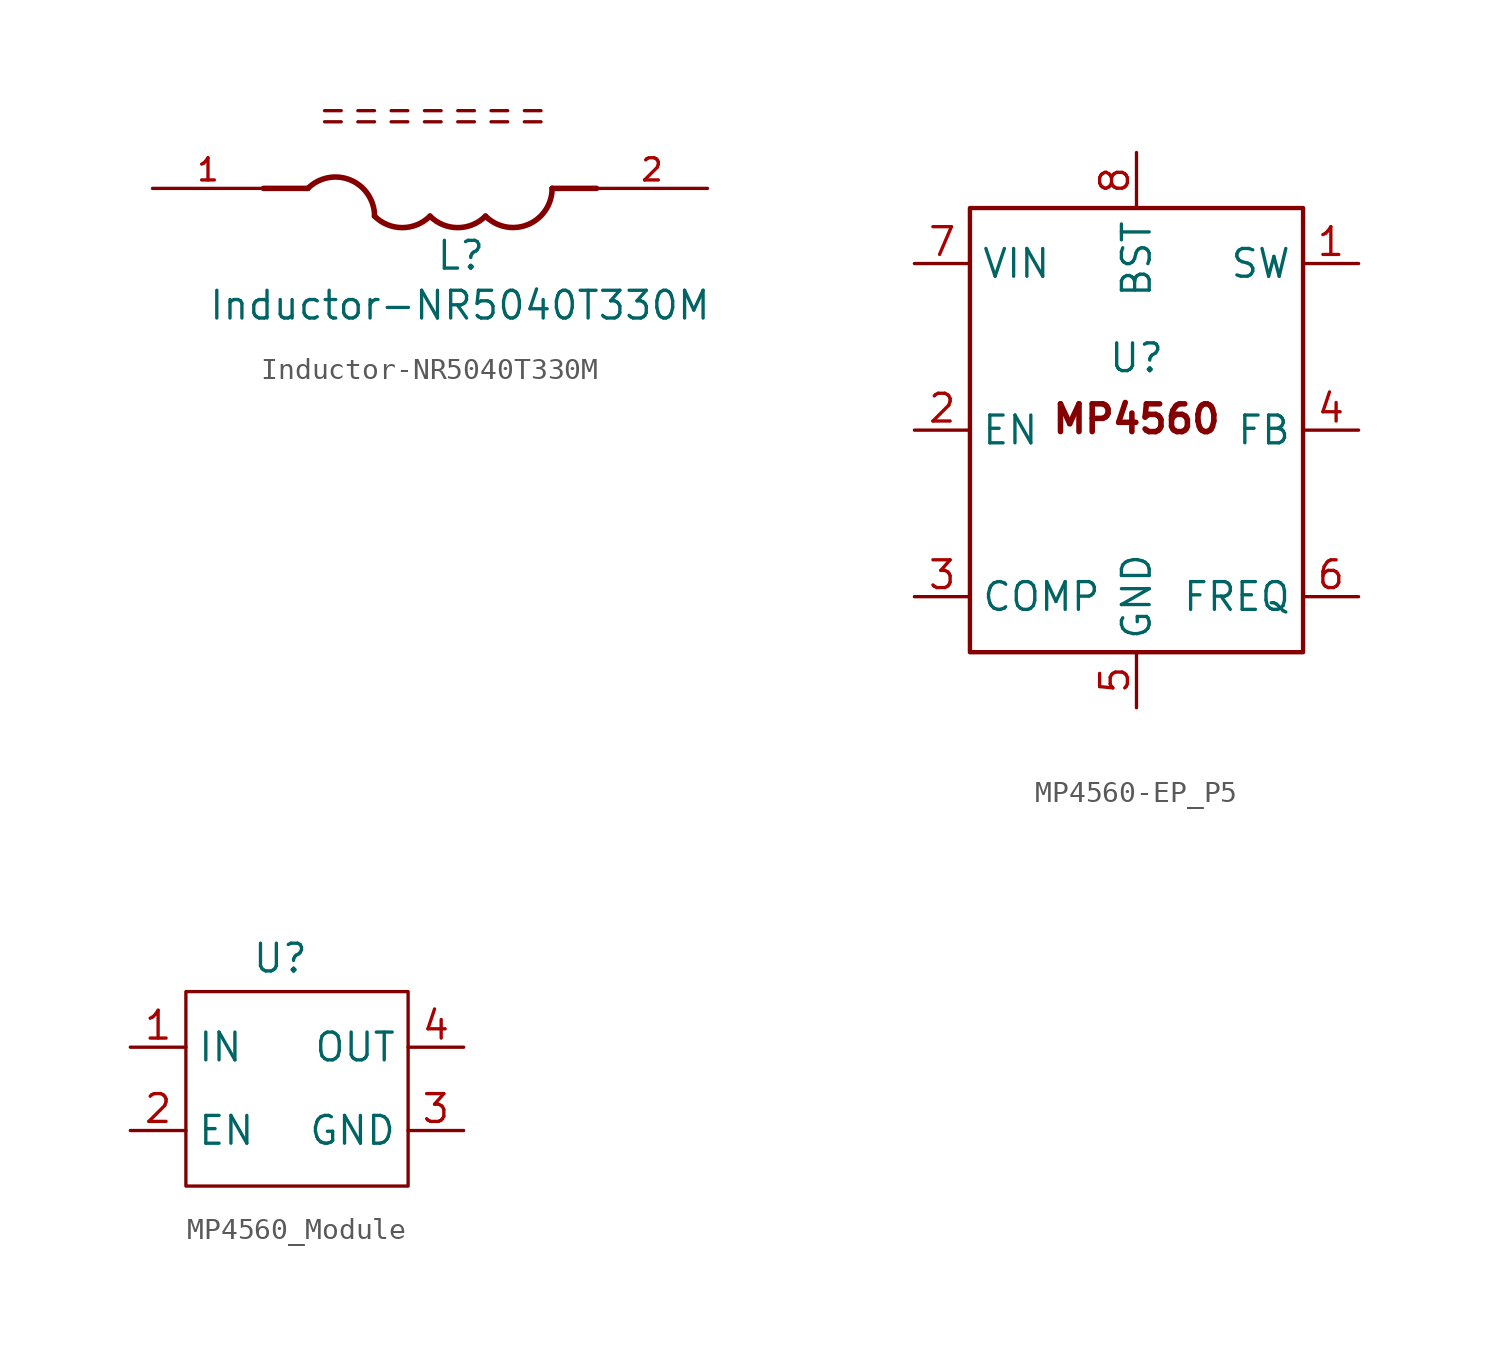
<source format=kicad_sym>
(kicad_symbol_lib
  (version 20231120)
  (generator "kicad_symbol_editor")
  (generator_version "8.0")
  (symbol "Inductor-NR5040T330M"
    (pin_names
      (offset 1.016))
    (property "Reference" "L"
      (at 0.254 -3.81 0)
      (effects (font (size 1.27 1.27)) (justify left bottom)))
    (property "Value" "Inductor-NR5040T330M"
      (at -10.16 -6.096 0)
      (effects (font (size 1.27 1.27)) (justify left bottom)))
    (symbol "Inductor-NR5040T330M_0_0"
      (arc (start -2.54 -1.27) (mid -3.6397 0.3833) (end -5.588 0) (stroke (width 0.254) (type default)) (fill (type none)))
      (arc (start -2.54 -1.27) (mid -1.27 -1.7961) (end 0 -1.27) (stroke (width 0.254) (type default)) (fill (type none)))
      (arc (start 0 -1.27) (mid 1.27 -1.7961) (end 2.54 -1.27) (stroke (width 0.254) (type default)) (fill (type none)))
      (polyline (pts (xy -5.588 0) (xy -7.62 0)) (stroke (width 0.254) (type default)) (fill (type none)))
      (polyline (pts (xy -4.826 3.048) (xy -4.064 3.048)) (stroke (width 0.152) (type default)) (fill (type none)))
      (polyline (pts (xy -4.826 3.556) (xy -4.064 3.556)) (stroke (width 0.152) (type default)) (fill (type none)))
      (polyline (pts (xy -3.302 3.048) (xy -2.54 3.048)) (stroke (width 0.152) (type default)) (fill (type none)))
      (polyline (pts (xy -3.302 3.556) (xy -2.54 3.556)) (stroke (width 0.152) (type default)) (fill (type none)))
      (polyline (pts (xy -1.778 3.048) (xy -1.016 3.048)) (stroke (width 0.152) (type default)) (fill (type none)))
      (polyline (pts (xy -1.778 3.556) (xy -1.016 3.556)) (stroke (width 0.152) (type default)) (fill (type none)))
      (polyline (pts (xy -0.254 3.048) (xy 0.508 3.048)) (stroke (width 0.152) (type default)) (fill (type none)))
      (polyline (pts (xy -0.254 3.556) (xy 0.508 3.556)) (stroke (width 0.152) (type default)) (fill (type none)))
      (polyline (pts (xy 1.27 3.048) (xy 2.032 3.048)) (stroke (width 0.152) (type default)) (fill (type none)))
      (polyline (pts (xy 1.27 3.556) (xy 2.032 3.556)) (stroke (width 0.152) (type default)) (fill (type none)))
      (polyline (pts (xy 2.794 3.048) (xy 3.556 3.048)) (stroke (width 0.152) (type default)) (fill (type none)))
      (polyline (pts (xy 2.794 3.556) (xy 3.556 3.556)) (stroke (width 0.152) (type default)) (fill (type none)))
      (polyline (pts (xy 4.318 3.048) (xy 5.08 3.048)) (stroke (width 0.152) (type default)) (fill (type none)))
      (polyline (pts (xy 4.318 3.556) (xy 5.08 3.556)) (stroke (width 0.152) (type default)) (fill (type none)))
      (polyline (pts (xy 5.588 0) (xy 7.62 0)) (stroke (width 0.254) (type default)) (fill (type none)))
      (arc (start 2.54 -1.27) (mid 4.4883 -1.6533) (end 5.588 0) (stroke (width 0.254) (type default)) (fill (type none)))
      (pin passive line (at -12.7 0 0) (length 5.08) (name "~" (effects (font (size 1.016 1.016)))) (number "1" (effects (font (size 1.016 1.016)))))
      (pin passive line (at 12.7 0 180) (length 5.08) (name "~" (effects (font (size 1.016 1.016)))) (number "2" (effects (font (size 1.016 1.016)))))))
  (symbol "MP4560-EP_P5"
    (property "Reference" "U"
      (at 0 3.302 0)
      (effects (font (size 1.27 1.27))))
    (property "Value" ""
      (at -5.08 7.62 0)
      (effects (font (size 1.27 1.27))))
    (symbol "MP4560-EP_P5_1_1"
      (rectangle (start -7.62 10.16) (end 7.62 -10.16) (stroke (width 0.2) (type default)) (fill (type none)))
      (text "MP4560" (at 0 0.508 0) (effects (font (size 1.27 1.27) (bold yes))))
      (pin output line (at 10.16 7.62 180) (length 2.54) (name "SW" (effects (font (size 1.27 1.27)))) (number "1" (effects (font (size 1.27 1.27)))))
      (pin output line (at -10.16 0 0) (length 2.54) (name "EN" (effects (font (size 1.27 1.27)))) (number "2" (effects (font (size 1.27 1.27)))))
      (pin output line (at -10.16 -7.62 0) (length 2.54) (name "COMP" (effects (font (size 1.27 1.27)))) (number "3" (effects (font (size 1.27 1.27)))))
      (pin output line (at 10.16 0 180) (length 2.54) (name "FB" (effects (font (size 1.27 1.27)))) (number "4" (effects (font (size 1.27 1.27)))))
      (pin passive line (at 0 -12.7 90) (length 2.54) (name "GND" (effects (font (size 1.27 1.27)))) (number "5" (effects (font (size 1.27 1.27)))))
      (pin input line (at 10.16 -7.62 180) (length 2.54) (name "FREQ" (effects (font (size 1.27 1.27)))) (number "6" (effects (font (size 1.27 1.27)))))
      (pin power_in line (at -10.16 7.62 0) (length 2.54) (name "VIN" (effects (font (size 1.27 1.27)))) (number "7" (effects (font (size 1.27 1.27)))))
      (pin input line (at 0 12.7 270) (length 2.54) (name "BST" (effects (font (size 1.27 1.27)))) (number "8" (effects (font (size 1.27 1.27)))))))
  (symbol "MP4560_Module"
    (property "Reference" "U"
      (at -0.762 6.604 0)
      (effects (font (size 1.27 1.27))))
    (property "Value" ""
      (at -1.27 1.27 0)
      (effects (font (size 1.27 1.27))))
    (symbol "MP4560_Module_0_1"
      (rectangle (start -5.08 5.08) (end 5.08 -3.81) (stroke (width 0) (type default)) (fill (type none))))
    (symbol "MP4560_Module_1_1"
      (pin power_in line (at -7.62 2.54 0) (length 2.54) (name "IN" (effects (font (size 1.27 1.27)))) (number "1" (effects (font (size 1.27 1.27)))))
      (pin output line (at -7.62 -1.27 0) (length 2.54) (name "EN" (effects (font (size 1.27 1.27)))) (number "2" (effects (font (size 1.27 1.27)))))
      (pin power_in line (at 7.62 -1.27 180) (length 2.54) (name "GND" (effects (font (size 1.27 1.27)))) (number "3" (effects (font (size 1.27 1.27)))))
      (pin power_out line (at 7.62 2.54 180) (length 2.54) (name "OUT" (effects (font (size 1.27 1.27)))) (number "4" (effects (font (size 1.27 1.27))))))))
</source>
